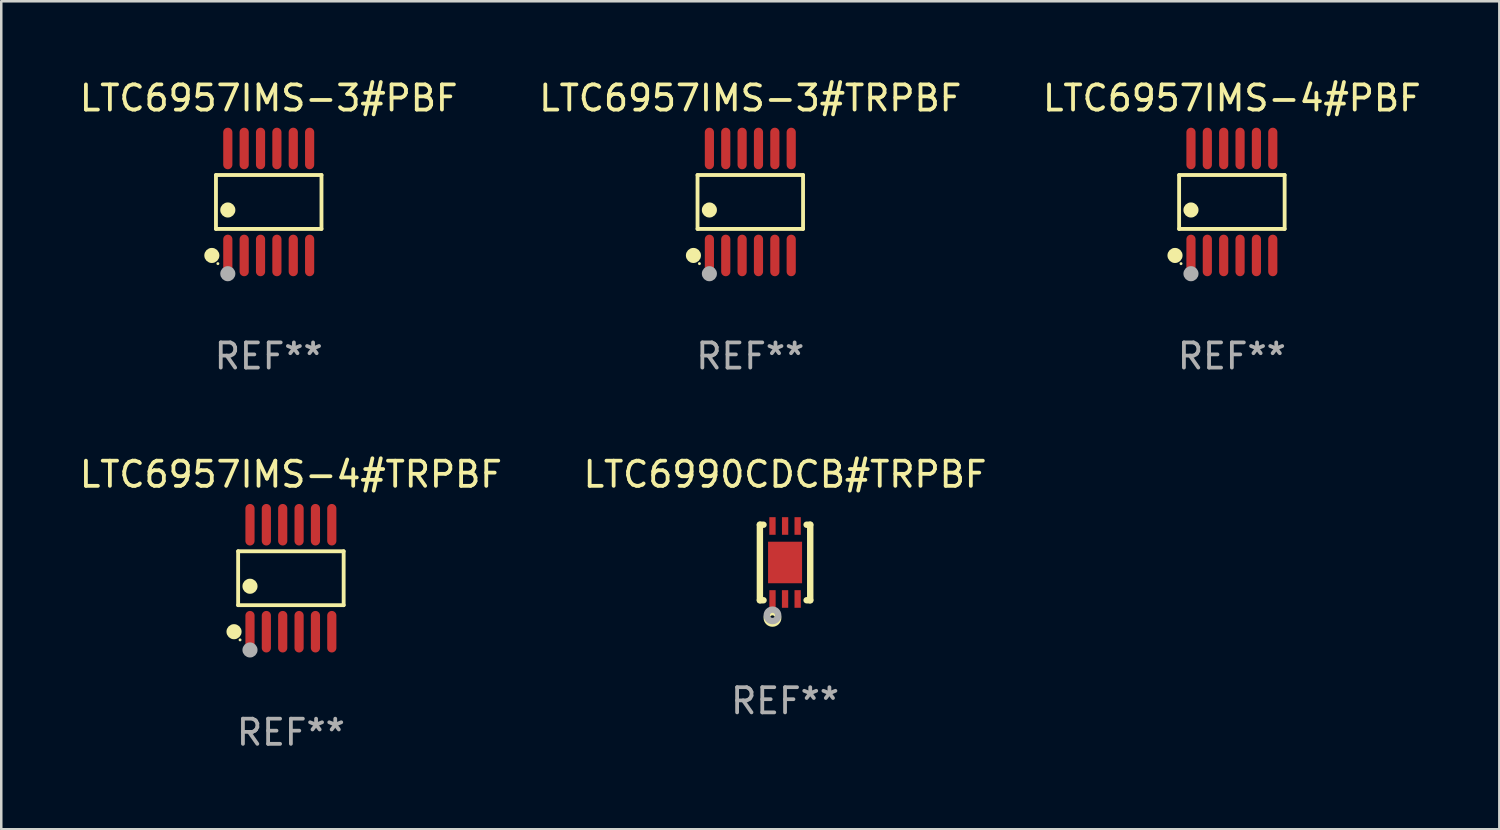
<source format=kicad_pcb>
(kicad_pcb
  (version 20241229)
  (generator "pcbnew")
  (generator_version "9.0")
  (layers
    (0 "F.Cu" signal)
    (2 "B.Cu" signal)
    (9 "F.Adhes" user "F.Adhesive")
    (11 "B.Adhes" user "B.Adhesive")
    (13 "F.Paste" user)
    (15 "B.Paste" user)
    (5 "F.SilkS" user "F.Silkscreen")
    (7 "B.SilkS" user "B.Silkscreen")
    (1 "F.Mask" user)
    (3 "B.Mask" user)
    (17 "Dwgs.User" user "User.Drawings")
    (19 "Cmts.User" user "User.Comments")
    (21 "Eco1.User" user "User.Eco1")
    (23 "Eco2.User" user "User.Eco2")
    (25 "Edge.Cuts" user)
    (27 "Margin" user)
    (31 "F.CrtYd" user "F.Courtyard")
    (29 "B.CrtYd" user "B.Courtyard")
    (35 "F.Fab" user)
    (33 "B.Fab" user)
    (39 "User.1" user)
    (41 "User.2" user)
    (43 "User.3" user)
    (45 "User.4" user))
  (footprint "LTC6957IMS-3#PBF"
    (layer "F.Cu")
    (at 7.625 4.973)
    (property "Reference" "LTC6957IMS-3#PBF" (at 0 -4.125 0) (layer "F.SilkS") (effects (font (size 1 1) (thickness 0.15))))
    (attr through_hole)
    (fp_line (start -2.096 -1.071) (end 2.096 -1.071) (stroke (width 0.152) (type solid)) (layer "F.SilkS"))
    (fp_line (start -2.096 1.071) (end -2.096 -1.071) (stroke (width 0.152) (type solid)) (layer "F.SilkS"))
    (fp_line (start 2.096 -1.071) (end 2.096 1.071) (stroke (width 0.152) (type solid)) (layer "F.SilkS"))
    (fp_line (start 2.096 1.071) (end -2.096 1.071) (stroke (width 0.152) (type solid)) (layer "F.SilkS"))
    (fp_circle (center -2.259 2.125) (end -2.109 2.125) (stroke (width 0.3) (type solid)) (fill no) (layer "F.SilkS"))
    (fp_circle (center -2.02 2.45) (end -1.99 2.45) (stroke (width 0.06) (type solid)) (fill no) (layer "F.SilkS"))
    (fp_circle (center -1.625 0.319) (end -1.475 0.319) (stroke (width 0.3) (type solid)) (fill no) (layer "F.SilkS"))
    (fp_circle (center -1.625 2.85) (end -1.475 2.85) (stroke (width 0.3) (type solid)) (fill no) (layer "F.Fab"))
    (fp_text user "REF**" (at 0 6.125 0) (layer "F.Fab") (effects (font (size 1 1) (thickness 0.15))))
    (pad "1" smd oval (at -1.625 2.125) (size 0.364 1.65) (layers "F.Cu" "F.Mask" "F.Paste"))
    (pad "2" smd oval (at -0.975 2.125) (size 0.364 1.65) (layers "F.Cu" "F.Mask" "F.Paste"))
    (pad "3" smd oval (at -0.325 2.125) (size 0.364 1.65) (layers "F.Cu" "F.Mask" "F.Paste"))
    (pad "4" smd oval (at 0.325 2.125) (size 0.364 1.65) (layers "F.Cu" "F.Mask" "F.Paste"))
    (pad "5" smd oval (at 0.975 2.125) (size 0.364 1.65) (layers "F.Cu" "F.Mask" "F.Paste"))
    (pad "6" smd oval (at 1.625 2.125) (size 0.364 1.65) (layers "F.Cu" "F.Mask" "F.Paste"))
    (pad "7" smd oval (at 1.625 -2.125) (size 0.364 1.65) (layers "F.Cu" "F.Mask" "F.Paste"))
    (pad "8" smd oval (at 0.975 -2.125) (size 0.364 1.65) (layers "F.Cu" "F.Mask" "F.Paste"))
    (pad "9" smd oval (at 0.325 -2.125) (size 0.364 1.65) (layers "F.Cu" "F.Mask" "F.Paste"))
    (pad "10" smd oval (at -0.325 -2.125) (size 0.364 1.65) (layers "F.Cu" "F.Mask" "F.Paste"))
    (pad "11" smd oval (at -0.975 -2.125) (size 0.364 1.65) (layers "F.Cu" "F.Mask" "F.Paste"))
    (pad "12" smd oval (at -1.625 -2.125) (size 0.364 1.65) (layers "F.Cu" "F.Mask" "F.Paste")))
  (footprint "LTC6957IMS-4#TRPBF"
    (layer "F.Cu")
    (at 8.506 19.92)
    (property "Reference" "LTC6957IMS-4#TRPBF" (at 0 -4.125 0) (layer "F.SilkS") (effects (font (size 1 1) (thickness 0.15))))
    (attr through_hole)
    (fp_line (start -2.096 -1.071) (end 2.096 -1.071) (stroke (width 0.152) (type solid)) (layer "F.SilkS"))
    (fp_line (start -2.096 1.071) (end -2.096 -1.071) (stroke (width 0.152) (type solid)) (layer "F.SilkS"))
    (fp_line (start 2.096 -1.071) (end 2.096 1.071) (stroke (width 0.152) (type solid)) (layer "F.SilkS"))
    (fp_line (start 2.096 1.071) (end -2.096 1.071) (stroke (width 0.152) (type solid)) (layer "F.SilkS"))
    (fp_circle (center -2.259 2.125) (end -2.109 2.125) (stroke (width 0.3) (type solid)) (fill no) (layer "F.SilkS"))
    (fp_circle (center -2.02 2.45) (end -1.99 2.45) (stroke (width 0.06) (type solid)) (fill no) (layer "F.SilkS"))
    (fp_circle (center -1.625 0.319) (end -1.475 0.319) (stroke (width 0.3) (type solid)) (fill no) (layer "F.SilkS"))
    (fp_circle (center -1.625 2.85) (end -1.475 2.85) (stroke (width 0.3) (type solid)) (fill no) (layer "F.Fab"))
    (fp_text user "REF**" (at 0 6.125 0) (layer "F.Fab") (effects (font (size 1 1) (thickness 0.15))))
    (pad "1" smd oval (at -1.625 2.125) (size 0.364 1.65) (layers "F.Cu" "F.Mask" "F.Paste"))
    (pad "2" smd oval (at -0.975 2.125) (size 0.364 1.65) (layers "F.Cu" "F.Mask" "F.Paste"))
    (pad "3" smd oval (at -0.325 2.125) (size 0.364 1.65) (layers "F.Cu" "F.Mask" "F.Paste"))
    (pad "4" smd oval (at 0.325 2.125) (size 0.364 1.65) (layers "F.Cu" "F.Mask" "F.Paste"))
    (pad "5" smd oval (at 0.975 2.125) (size 0.364 1.65) (layers "F.Cu" "F.Mask" "F.Paste"))
    (pad "6" smd oval (at 1.625 2.125) (size 0.364 1.65) (layers "F.Cu" "F.Mask" "F.Paste"))
    (pad "7" smd oval (at 1.625 -2.125) (size 0.364 1.65) (layers "F.Cu" "F.Mask" "F.Paste"))
    (pad "8" smd oval (at 0.975 -2.125) (size 0.364 1.65) (layers "F.Cu" "F.Mask" "F.Paste"))
    (pad "9" smd oval (at 0.325 -2.125) (size 0.364 1.65) (layers "F.Cu" "F.Mask" "F.Paste"))
    (pad "10" smd oval (at -0.325 -2.125) (size 0.364 1.65) (layers "F.Cu" "F.Mask" "F.Paste"))
    (pad "11" smd oval (at -0.975 -2.125) (size 0.364 1.65) (layers "F.Cu" "F.Mask" "F.Paste"))
    (pad "12" smd oval (at -1.625 -2.125) (size 0.364 1.65) (layers "F.Cu" "F.Mask" "F.Paste")))
  (footprint "LTC6957IMS-4#PBF"
    (layer "F.Cu")
    (at 45.887 4.973)
    (property "Reference" "LTC6957IMS-4#PBF" (at 0 -4.125 0) (layer "F.SilkS") (effects (font (size 1 1) (thickness 0.15))))
    (attr through_hole)
    (fp_line (start -2.096 -1.071) (end 2.096 -1.071) (stroke (width 0.152) (type solid)) (layer "F.SilkS"))
    (fp_line (start -2.096 1.071) (end -2.096 -1.071) (stroke (width 0.152) (type solid)) (layer "F.SilkS"))
    (fp_line (start 2.096 -1.071) (end 2.096 1.071) (stroke (width 0.152) (type solid)) (layer "F.SilkS"))
    (fp_line (start 2.096 1.071) (end -2.096 1.071) (stroke (width 0.152) (type solid)) (layer "F.SilkS"))
    (fp_circle (center -2.259 2.125) (end -2.109 2.125) (stroke (width 0.3) (type solid)) (fill no) (layer "F.SilkS"))
    (fp_circle (center -2.02 2.45) (end -1.99 2.45) (stroke (width 0.06) (type solid)) (fill no) (layer "F.SilkS"))
    (fp_circle (center -1.625 0.319) (end -1.475 0.319) (stroke (width 0.3) (type solid)) (fill no) (layer "F.SilkS"))
    (fp_circle (center -1.625 2.85) (end -1.475 2.85) (stroke (width 0.3) (type solid)) (fill no) (layer "F.Fab"))
    (fp_text user "REF**" (at 0 6.125 0) (layer "F.Fab") (effects (font (size 1 1) (thickness 0.15))))
    (pad "1" smd oval (at -1.625 2.125) (size 0.364 1.65) (layers "F.Cu" "F.Mask" "F.Paste"))
    (pad "2" smd oval (at -0.975 2.125) (size 0.364 1.65) (layers "F.Cu" "F.Mask" "F.Paste"))
    (pad "3" smd oval (at -0.325 2.125) (size 0.364 1.65) (layers "F.Cu" "F.Mask" "F.Paste"))
    (pad "4" smd oval (at 0.325 2.125) (size 0.364 1.65) (layers "F.Cu" "F.Mask" "F.Paste"))
    (pad "5" smd oval (at 0.975 2.125) (size 0.364 1.65) (layers "F.Cu" "F.Mask" "F.Paste"))
    (pad "6" smd oval (at 1.625 2.125) (size 0.364 1.65) (layers "F.Cu" "F.Mask" "F.Paste"))
    (pad "7" smd oval (at 1.625 -2.125) (size 0.364 1.65) (layers "F.Cu" "F.Mask" "F.Paste"))
    (pad "8" smd oval (at 0.975 -2.125) (size 0.364 1.65) (layers "F.Cu" "F.Mask" "F.Paste"))
    (pad "9" smd oval (at 0.325 -2.125) (size 0.364 1.65) (layers "F.Cu" "F.Mask" "F.Paste"))
    (pad "10" smd oval (at -0.325 -2.125) (size 0.364 1.65) (layers "F.Cu" "F.Mask" "F.Paste"))
    (pad "11" smd oval (at -0.975 -2.125) (size 0.364 1.65) (layers "F.Cu" "F.Mask" "F.Paste"))
    (pad "12" smd oval (at -1.625 -2.125) (size 0.364 1.65) (layers "F.Cu" "F.Mask" "F.Paste")))
  (footprint "LTC6990CDCB#TRPBF"
    (layer "F.Cu")
    (at 28.137 19.295)
    (property "Reference" "LTC6990CDCB#TRPBF" (at 0 -3.5 0) (layer "F.SilkS") (effects (font (size 1 1) (thickness 0.15))))
    (attr through_hole)
    (fp_line (start -1 1.5) (end -1 -1.5) (stroke (width 0.254) (type solid)) (layer "F.SilkS"))
    (fp_line (start -0.856 -1.5) (end -1 -1.5) (stroke (width 0.254) (type solid)) (layer "F.SilkS"))
    (fp_line (start -0.855 1.5) (end -1 1.5) (stroke (width 0.254) (type solid)) (layer "F.SilkS"))
    (fp_line (start 1 -1.5) (end 0.856 -1.5) (stroke (width 0.254) (type solid)) (layer "F.SilkS"))
    (fp_line (start 1 1.5) (end 0.856 1.5) (stroke (width 0.254) (type solid)) (layer "F.SilkS"))
    (fp_line (start 1 1.5) (end 1 -1.5) (stroke (width 0.254) (type solid)) (layer "F.SilkS"))
    (fp_circle (center -1 1.5) (end -0.97 1.5) (stroke (width 0.06) (type solid)) (fill no) (layer "F.SilkS"))
    (fp_circle (center -0.5 2.2) (end -0.4 2.2) (stroke (width 0.254) (type solid)) (fill no) (layer "F.SilkS"))
    (fp_circle (center -0.5 2.1) (end -0.4 2.1) (stroke (width 0.254) (type solid)) (fill no) (layer "F.Fab"))
    (fp_text user "REF**" (at 0 5.5 0) (layer "F.Fab") (effects (font (size 1 1) (thickness 0.15))))
    (pad "1" smd rect (at -0.499 1.45 180) (size 0.25 0.7) (layers "F.Cu" "F.Mask" "F.Paste"))
    (pad "2" smd rect (at 0.000025 1.45 180) (size 0.25 0.7) (layers "F.Cu" "F.Mask" "F.Paste"))
    (pad "3" smd rect (at 0.5 1.45 180) (size 0.25 0.7) (layers "F.Cu" "F.Mask" "F.Paste"))
    (pad "4" smd rect (at 0.5 -1.45 180) (size 0.25 0.7) (layers "F.Cu" "F.Mask" "F.Paste"))
    (pad "5" smd rect (at 0.002 -1.45 180) (size 0.25 0.7) (layers "F.Cu" "F.Mask" "F.Paste"))
    (pad "6" smd rect (at -0.5 -1.45 180) (size 0.25 0.7) (layers "F.Cu" "F.Mask" "F.Paste"))
    (pad "7" smd rect (at 0.000025 0.000038 180) (size 1.35 1.65) (layers "F.Cu" "F.Mask" "F.Paste")))
  (footprint "LTC6957IMS-3#TRPBF"
    (layer "F.Cu")
    (at 26.756 4.973)
    (property "Reference" "LTC6957IMS-3#TRPBF" (at 0 -4.125 0) (layer "F.SilkS") (effects (font (size 1 1) (thickness 0.15))))
    (attr through_hole)
    (fp_line (start -2.096 -1.071) (end 2.096 -1.071) (stroke (width 0.152) (type solid)) (layer "F.SilkS"))
    (fp_line (start -2.096 1.071) (end -2.096 -1.071) (stroke (width 0.152) (type solid)) (layer "F.SilkS"))
    (fp_line (start 2.096 -1.071) (end 2.096 1.071) (stroke (width 0.152) (type solid)) (layer "F.SilkS"))
    (fp_line (start 2.096 1.071) (end -2.096 1.071) (stroke (width 0.152) (type solid)) (layer "F.SilkS"))
    (fp_circle (center -2.259 2.125) (end -2.109 2.125) (stroke (width 0.3) (type solid)) (fill no) (layer "F.SilkS"))
    (fp_circle (center -2.02 2.45) (end -1.99 2.45) (stroke (width 0.06) (type solid)) (fill no) (layer "F.SilkS"))
    (fp_circle (center -1.625 0.319) (end -1.475 0.319) (stroke (width 0.3) (type solid)) (fill no) (layer "F.SilkS"))
    (fp_circle (center -1.625 2.85) (end -1.475 2.85) (stroke (width 0.3) (type solid)) (fill no) (layer "F.Fab"))
    (fp_text user "REF**" (at 0 6.125 0) (layer "F.Fab") (effects (font (size 1 1) (thickness 0.15))))
    (pad "1" smd oval (at -1.625 2.125) (size 0.364 1.65) (layers "F.Cu" "F.Mask" "F.Paste"))
    (pad "2" smd oval (at -0.975 2.125) (size 0.364 1.65) (layers "F.Cu" "F.Mask" "F.Paste"))
    (pad "3" smd oval (at -0.325 2.125) (size 0.364 1.65) (layers "F.Cu" "F.Mask" "F.Paste"))
    (pad "4" smd oval (at 0.325 2.125) (size 0.364 1.65) (layers "F.Cu" "F.Mask" "F.Paste"))
    (pad "5" smd oval (at 0.975 2.125) (size 0.364 1.65) (layers "F.Cu" "F.Mask" "F.Paste"))
    (pad "6" smd oval (at 1.625 2.125) (size 0.364 1.65) (layers "F.Cu" "F.Mask" "F.Paste"))
    (pad "7" smd oval (at 1.625 -2.125) (size 0.364 1.65) (layers "F.Cu" "F.Mask" "F.Paste"))
    (pad "8" smd oval (at 0.975 -2.125) (size 0.364 1.65) (layers "F.Cu" "F.Mask" "F.Paste"))
    (pad "9" smd oval (at 0.325 -2.125) (size 0.364 1.65) (layers "F.Cu" "F.Mask" "F.Paste"))
    (pad "10" smd oval (at -0.325 -2.125) (size 0.364 1.65) (layers "F.Cu" "F.Mask" "F.Paste"))
    (pad "11" smd oval (at -0.975 -2.125) (size 0.364 1.65) (layers "F.Cu" "F.Mask" "F.Paste"))
    (pad "12" smd oval (at -1.625 -2.125) (size 0.364 1.65) (layers "F.Cu" "F.Mask" "F.Paste")))
  (gr_rect
    (start -3 -3)
    (end 56.512 29.893)
    (stroke (width 0.1) (type default))
    (fill no)
    (layer "Edge.Cuts")))
</source>
